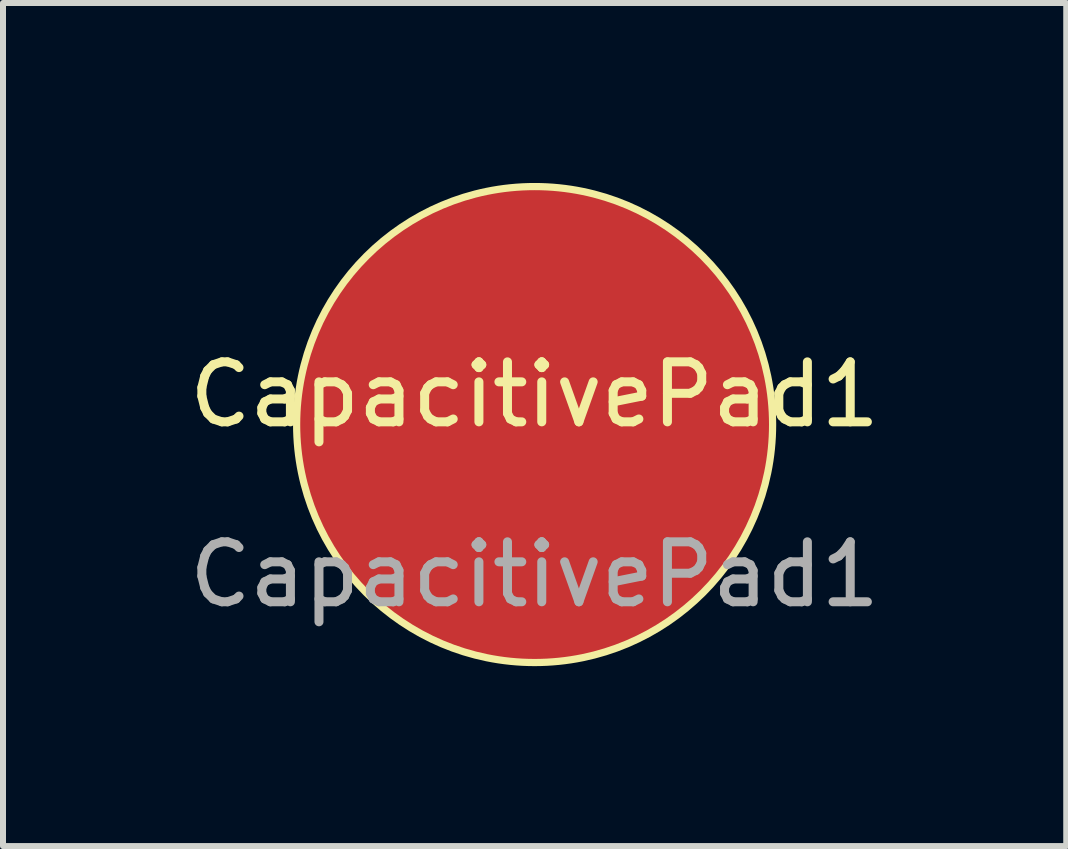
<source format=kicad_pcb>
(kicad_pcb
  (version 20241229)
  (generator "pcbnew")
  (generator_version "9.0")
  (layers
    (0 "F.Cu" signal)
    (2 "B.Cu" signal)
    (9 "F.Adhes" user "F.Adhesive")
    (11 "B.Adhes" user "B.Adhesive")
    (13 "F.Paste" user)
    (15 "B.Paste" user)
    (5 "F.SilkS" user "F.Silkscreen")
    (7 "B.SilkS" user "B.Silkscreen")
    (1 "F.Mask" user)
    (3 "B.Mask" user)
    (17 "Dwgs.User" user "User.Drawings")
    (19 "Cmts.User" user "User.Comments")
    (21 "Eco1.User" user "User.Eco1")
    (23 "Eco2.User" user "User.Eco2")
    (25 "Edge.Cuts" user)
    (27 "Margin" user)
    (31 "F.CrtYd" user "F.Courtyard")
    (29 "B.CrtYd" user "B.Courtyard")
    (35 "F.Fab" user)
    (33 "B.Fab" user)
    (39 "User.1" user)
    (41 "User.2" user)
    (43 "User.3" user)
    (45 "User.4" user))
  (footprint "CapacitivePad1"
    (layer "F.Cu")
    (at 5.863 4.028)
    (property "Reference" "CapacitivePad1" (at 0 -0.5 0) (unlocked yes) (layer "F.SilkS") (effects (font (size 1 1) (thickness 0.15))))
    (attr smd)
    (fp_circle (center 0 0) (end 2.54 3.048) (stroke (width 0.12) (type solid)) (fill no) (layer "F.SilkS"))
    (fp_text user "${REFERENCE}" (at 0 2.5 0) (unlocked yes) (layer "F.Fab") (effects (font (size 1 1) (thickness 0.15))))
    (pad "1" smd circle (at 0 0) (size 8 8) (layers "F.Cu")))
  (gr_rect
    (start -3 -3)
    (end 14.726 11.055)
    (stroke (width 0.1) (type default))
    (fill no)
    (layer "Edge.Cuts")))
</source>
